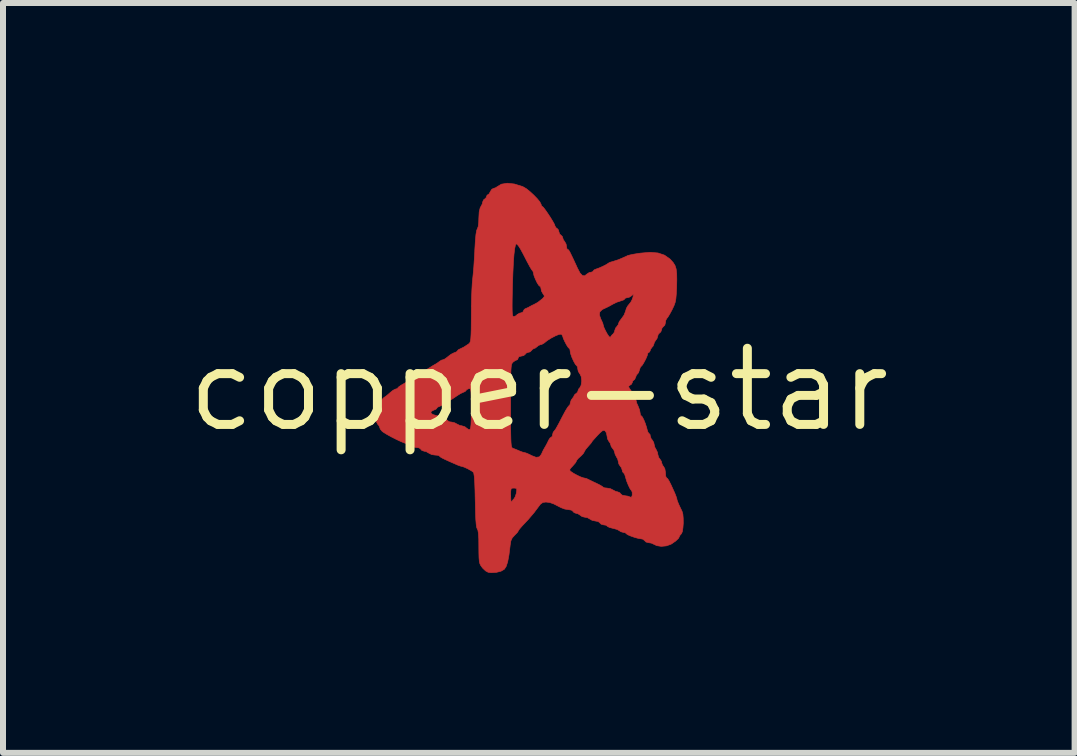
<source format=kicad_pcb>
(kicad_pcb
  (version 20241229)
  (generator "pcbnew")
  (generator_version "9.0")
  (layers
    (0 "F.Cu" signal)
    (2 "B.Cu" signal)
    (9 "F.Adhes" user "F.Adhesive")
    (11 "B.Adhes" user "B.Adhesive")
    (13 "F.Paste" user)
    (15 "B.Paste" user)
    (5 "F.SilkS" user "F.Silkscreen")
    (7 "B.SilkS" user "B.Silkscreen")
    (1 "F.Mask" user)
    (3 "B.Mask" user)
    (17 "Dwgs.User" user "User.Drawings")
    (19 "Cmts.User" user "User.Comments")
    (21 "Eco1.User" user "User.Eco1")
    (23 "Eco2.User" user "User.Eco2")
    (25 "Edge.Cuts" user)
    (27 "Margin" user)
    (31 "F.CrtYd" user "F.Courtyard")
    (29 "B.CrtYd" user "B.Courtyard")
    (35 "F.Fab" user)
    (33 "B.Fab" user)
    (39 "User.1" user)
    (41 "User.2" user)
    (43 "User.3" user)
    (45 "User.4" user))
  (footprint "copper-star"
    (layer "F.Cu")
    (at 5.934 3.447)
    (property "Reference" "copper-star" (at 0 0 0) (layer "F.SilkS") (effects (font (size 1.27 1.27) (thickness 0.15))))
    (attr through_hole)
    (fp_poly (pts (xy -0.406 -3.429) (xy -0.275 -3.388) (xy -0.259 -3.381) (xy -0.208 -3.351) (xy -0.147 -3.302) (xy -0.083 -3.243) (xy -0.025 -3.183) (xy 0.018 -3.13) (xy 0.037 -3.093) (xy 0.038 -3.09) (xy 0.047 -3.062) (xy 0.055 -3.058) (xy 0.075 -3.041) (xy 0.108 -2.998) (xy 0.15 -2.938) (xy 0.194 -2.871) (xy 0.233 -2.807) (xy 0.261 -2.756) (xy 0.27 -2.729) (xy 0.287 -2.699) (xy 0.302 -2.691) (xy 0.328 -2.662) (xy 0.334 -2.635) (xy 0.348 -2.594) (xy 0.366 -2.579) (xy 0.394 -2.551) (xy 0.397 -2.536) (xy 0.411 -2.496) (xy 0.429 -2.473) (xy 0.455 -2.427) (xy 0.461 -2.39) (xy 0.468 -2.351) (xy 0.481 -2.338) (xy 0.49 -2.335) (xy 0.501 -2.323) (xy 0.518 -2.295) (xy 0.542 -2.246) (xy 0.578 -2.171) (xy 0.627 -2.065) (xy 0.644 -2.027) (xy 0.688 -1.944) (xy 0.728 -1.902) (xy 0.765 -1.898) (xy 0.8 -1.926) (xy 0.841 -1.953) (xy 0.866 -1.957) (xy 0.899 -1.966) (xy 0.905 -1.977) (xy 0.923 -1.997) (xy 0.953 -2.01) (xy 1.006 -2.029) (xy 1.067 -2.056) (xy 1.122 -2.084) (xy 1.156 -2.106) (xy 1.16 -2.109) (xy 1.186 -2.123) (xy 1.234 -2.137) (xy 1.328 -2.167) (xy 1.455 -2.222) (xy 1.48 -2.235) (xy 1.517 -2.245) (xy 1.583 -2.259) (xy 1.666 -2.272) (xy 1.692 -2.276) (xy 1.855 -2.29) (xy 1.987 -2.279) (xy 2.095 -2.243) (xy 2.185 -2.18) (xy 2.197 -2.168) (xy 2.24 -2.12) (xy 2.271 -2.071) (xy 2.29 -2.012) (xy 2.299 -1.936) (xy 2.301 -1.834) (xy 2.298 -1.698) (xy 2.292 -1.59) (xy 2.285 -1.512) (xy 2.273 -1.452) (xy 2.253 -1.397) (xy 2.224 -1.337) (xy 2.22 -1.328) (xy 2.183 -1.26) (xy 2.152 -1.209) (xy 2.132 -1.184) (xy 2.132 -1.184) (xy 2.117 -1.155) (xy 2.112 -1.119) (xy 2.101 -1.075) (xy 2.08 -1.055) (xy 2.054 -1.026) (xy 2.048 -1.002) (xy 2.034 -0.962) (xy 2.017 -0.949) (xy 1.99 -0.92) (xy 1.985 -0.898) (xy 1.971 -0.852) (xy 1.953 -0.828) (xy 1.927 -0.788) (xy 1.921 -0.766) (xy 1.906 -0.727) (xy 1.89 -0.709) (xy 1.863 -0.672) (xy 1.858 -0.653) (xy 1.846 -0.627) (xy 1.837 -0.624) (xy 1.817 -0.607) (xy 1.816 -0.6) (xy 1.807 -0.566) (xy 1.785 -0.514) (xy 1.756 -0.459) (xy 1.729 -0.413) (xy 1.71 -0.391) (xy 1.708 -0.391) (xy 1.693 -0.373) (xy 1.678 -0.329) (xy 1.678 -0.328) (xy 1.663 -0.283) (xy 1.647 -0.264) (xy 1.647 -0.264) (xy 1.63 -0.246) (xy 1.616 -0.211) (xy 1.599 -0.171) (xy 1.582 -0.158) (xy 1.564 -0.141) (xy 1.562 -0.126) (xy 1.545 -0.09) (xy 1.53 -0.081) (xy 1.502 -0.06) (xy 1.498 -0.049) (xy 1.512 -0.018) (xy 1.53 0.004) (xy 1.556 0.047) (xy 1.562 0.074) (xy 1.577 0.119) (xy 1.593 0.138) (xy 1.62 0.173) (xy 1.625 0.191) (xy 1.634 0.228) (xy 1.657 0.278) (xy 1.657 0.279) (xy 1.68 0.337) (xy 1.689 0.387) (xy 1.695 0.424) (xy 1.706 0.434) (xy 1.725 0.453) (xy 1.75 0.5) (xy 1.776 0.564) (xy 1.798 0.632) (xy 1.805 0.662) (xy 1.82 0.709) (xy 1.837 0.731) (xy 1.838 0.731) (xy 1.855 0.748) (xy 1.858 0.771) (xy 1.873 0.817) (xy 1.89 0.837) (xy 1.916 0.879) (xy 1.922 0.908) (xy 1.935 0.961) (xy 1.954 0.994) (xy 1.979 1.046) (xy 1.985 1.082) (xy 1.999 1.131) (xy 2.017 1.154) (xy 2.044 1.195) (xy 2.048 1.218) (xy 2.064 1.262) (xy 2.08 1.281) (xy 2.102 1.32) (xy 2.112 1.382) (xy 2.112 1.39) (xy 2.116 1.442) (xy 2.128 1.47) (xy 2.132 1.472) (xy 2.148 1.484) (xy 2.172 1.522) (xy 2.207 1.592) (xy 2.254 1.695) (xy 2.269 1.729) (xy 2.29 1.783) (xy 2.302 1.821) (xy 2.302 1.826) (xy 2.311 1.858) (xy 2.334 1.914) (xy 2.365 1.98) (xy 2.388 2.027) (xy 2.402 2.074) (xy 2.408 2.145) (xy 2.409 2.227) (xy 2.403 2.306) (xy 2.393 2.369) (xy 2.377 2.403) (xy 2.377 2.403) (xy 2.35 2.434) (xy 2.345 2.448) (xy 2.328 2.481) (xy 2.282 2.524) (xy 2.219 2.568) (xy 2.203 2.578) (xy 2.126 2.605) (xy 2.042 2.613) (xy 1.966 2.601) (xy 1.931 2.584) (xy 1.877 2.559) (xy 1.834 2.552) (xy 1.788 2.541) (xy 1.766 2.519) (xy 1.737 2.494) (xy 1.708 2.488) (xy 1.663 2.481) (xy 1.602 2.465) (xy 1.539 2.443) (xy 1.486 2.421) (xy 1.458 2.402) (xy 1.456 2.398) (xy 1.438 2.385) (xy 1.415 2.382) (xy 1.366 2.368) (xy 1.346 2.354) (xy 1.308 2.332) (xy 1.248 2.315) (xy 1.234 2.312) (xy 1.179 2.298) (xy 1.145 2.281) (xy 1.142 2.276) (xy 1.118 2.26) (xy 1.083 2.255) (xy 1.039 2.243) (xy 1.019 2.223) (xy 0.991 2.199) (xy 0.947 2.191) (xy 0.891 2.18) (xy 0.856 2.16) (xy 0.81 2.134) (xy 0.772 2.128) (xy 0.721 2.116) (xy 0.694 2.096) (xy 0.652 2.069) (xy 0.627 2.064) (xy 0.587 2.05) (xy 0.574 2.033) (xy 0.545 2.009) (xy 0.499 2.001) (xy 0.433 1.991) (xy 0.374 1.969) (xy 0.307 1.935) (xy 0.251 1.906) (xy 0.184 1.882) (xy 0.119 1.874) (xy 0.067 1.881) (xy 0.027 1.91) (xy -0.005 1.952) (xy -0.079 2.051) (xy -0.176 2.165) (xy -0.275 2.27) (xy -0.315 2.316) (xy -0.34 2.349) (xy -0.343 2.358) (xy -0.358 2.382) (xy -0.394 2.419) (xy -0.405 2.43) (xy -0.443 2.472) (xy -0.466 2.522) (xy -0.478 2.596) (xy -0.479 2.608) (xy -0.498 2.759) (xy -0.519 2.871) (xy -0.545 2.949) (xy -0.575 2.995) (xy -0.63 3.027) (xy -0.709 3.047) (xy -0.796 3.052) (xy -0.845 3.045) (xy -0.886 3.023) (xy -0.933 2.979) (xy -0.945 2.964) (xy -0.968 2.932) (xy -0.983 2.901) (xy -0.992 2.861) (xy -0.997 2.805) (xy -0.999 2.722) (xy -1 2.62) (xy -1.001 2.489) (xy -1.007 2.397) (xy -1.016 2.342) (xy -1.026 2.322) (xy -1.036 2.297) (xy -1.044 2.244) (xy -1.051 2.158) (xy -1.055 2.037) (xy -1.059 1.877) (xy -1.06 1.848) (xy -1.062 1.754) (xy -0.469 1.754) (xy -0.469 1.773) (xy -0.466 1.836) (xy -0.461 1.872) (xy -0.455 1.874) (xy -0.427 1.832) (xy -0.415 1.821) (xy -0.394 1.787) (xy -0.376 1.732) (xy -0.374 1.72) (xy -0.367 1.669) (xy -0.376 1.646) (xy -0.406 1.641) (xy -0.415 1.641) (xy -0.445 1.643) (xy -0.462 1.656) (xy -0.468 1.69) (xy -0.469 1.754) (xy -1.062 1.754) (xy -1.064 1.672) (xy -1.069 1.538) (xy -1.076 1.445) (xy -1.085 1.391) (xy -1.091 1.377) (xy -1.127 1.351) (xy -1.162 1.332) (xy 0.515 1.332) (xy 0.522 1.354) (xy 0.533 1.364) (xy 0.579 1.395) (xy 0.64 1.428) (xy 0.7 1.456) (xy 0.744 1.471) (xy 0.751 1.472) (xy 0.793 1.481) (xy 0.816 1.492) (xy 0.855 1.511) (xy 0.917 1.541) (xy 0.958 1.56) (xy 1.018 1.59) (xy 1.06 1.615) (xy 1.071 1.625) (xy 1.095 1.637) (xy 1.136 1.641) (xy 1.196 1.652) (xy 1.235 1.672) (xy 1.283 1.697) (xy 1.314 1.704) (xy 1.352 1.72) (xy 1.363 1.736) (xy 1.392 1.76) (xy 1.432 1.768) (xy 1.487 1.776) (xy 1.519 1.789) (xy 1.544 1.795) (xy 1.556 1.767) (xy 1.558 1.754) (xy 1.557 1.708) (xy 1.547 1.686) (xy 1.522 1.653) (xy 1.493 1.594) (xy 1.465 1.525) (xy 1.446 1.461) (xy 1.445 1.456) (xy 1.43 1.409) (xy 1.413 1.387) (xy 1.412 1.387) (xy 1.396 1.369) (xy 1.392 1.347) (xy 1.377 1.3) (xy 1.361 1.281) (xy 1.334 1.239) (xy 1.328 1.21) (xy 1.315 1.157) (xy 1.296 1.124) (xy 1.272 1.077) (xy 1.265 1.047) (xy 1.25 1.004) (xy 1.234 0.985) (xy 1.207 0.948) (xy 1.202 0.928) (xy 1.188 0.888) (xy 1.17 0.865) (xy 1.146 0.821) (xy 1.138 0.774) (xy 1.127 0.721) (xy 1.106 0.688) (xy 1.084 0.678) (xy 1.057 0.688) (xy 1.017 0.723) (xy 0.979 0.762) (xy 0.931 0.815) (xy 0.896 0.854) (xy 0.884 0.872) (xy 0.871 0.892) (xy 0.838 0.93) (xy 0.821 0.949) (xy 0.782 0.995) (xy 0.76 1.031) (xy 0.757 1.039) (xy 0.742 1.065) (xy 0.705 1.104) (xy 0.695 1.113) (xy 0.654 1.15) (xy 0.632 1.178) (xy 0.631 1.182) (xy 0.613 1.218) (xy 0.561 1.278) (xy 0.54 1.3) (xy 0.515 1.332) (xy -1.162 1.332) (xy -1.181 1.321) (xy -1.237 1.295) (xy -1.276 1.281) (xy -1.28 1.281) (xy -1.311 1.273) (xy -1.362 1.254) (xy -1.377 1.247) (xy -1.489 1.198) (xy -1.568 1.162) (xy -1.618 1.137) (xy -1.645 1.12) (xy -1.655 1.109) (xy -1.656 1.107) (xy -1.674 1.096) (xy -1.72 1.091) (xy -1.728 1.091) (xy -1.787 1.082) (xy -1.831 1.06) (xy -1.833 1.059) (xy -1.88 1.032) (xy -1.909 1.027) (xy -1.95 1.014) (xy -1.966 0.995) (xy -1.995 0.971) (xy -2.047 0.964) (xy -2.103 0.954) (xy -2.142 0.932) (xy -2.143 0.932) (xy -2.182 0.905) (xy -2.204 0.9) (xy -2.239 0.89) (xy -2.3 0.865) (xy -2.377 0.829) (xy -2.458 0.788) (xy -2.532 0.747) (xy -2.589 0.712) (xy -2.613 0.694) (xy -2.643 0.658) (xy -2.651 0.635) (xy -2.665 0.601) (xy -2.682 0.583) (xy -2.706 0.54) (xy -2.715 0.47) (xy -2.71 0.39) (xy -1.799 0.39) (xy -1.768 0.414) (xy -1.735 0.424) (xy -1.674 0.441) (xy -1.608 0.466) (xy -1.55 0.494) (xy -1.515 0.519) (xy -1.511 0.524) (xy -1.487 0.537) (xy -1.457 0.54) (xy -1.402 0.553) (xy -1.369 0.571) (xy -1.317 0.597) (xy -1.283 0.603) (xy -1.233 0.618) (xy -1.211 0.636) (xy -1.175 0.662) (xy -1.156 0.667) (xy -1.145 0.66) (xy -1.137 0.634) (xy -1.131 0.585) (xy -1.128 0.506) (xy -1.127 0.393) (xy -1.127 0.32) (xy -1.127 0.271) (xy -0.47 0.271) (xy -0.47 0.461) (xy -0.47 0.613) (xy -0.468 0.732) (xy -0.466 0.821) (xy -0.463 0.885) (xy -0.459 0.929) (xy -0.453 0.955) (xy -0.445 0.97) (xy -0.435 0.977) (xy -0.433 0.977) (xy -0.388 0.994) (xy -0.331 1.018) (xy -0.33 1.019) (xy -0.276 1.04) (xy -0.236 1.05) (xy -0.234 1.05) (xy -0.199 1.061) (xy -0.145 1.086) (xy -0.121 1.099) (xy -0.046 1.128) (xy 0.009 1.121) (xy 0.044 1.077) (xy 0.046 1.071) (xy 0.067 1.024) (xy 0.079 1.001) (xy 0.118 0.933) (xy 0.143 0.887) (xy 0.162 0.846) (xy 0.164 0.842) (xy 0.188 0.805) (xy 0.206 0.794) (xy 0.225 0.777) (xy 0.228 0.756) (xy 0.24 0.71) (xy 0.252 0.695) (xy 0.266 0.678) (xy 0.283 0.655) (xy 0.304 0.618) (xy 0.336 0.56) (xy 0.38 0.474) (xy 0.406 0.425) (xy 0.445 0.352) (xy 0.479 0.297) (xy 0.502 0.268) (xy 0.506 0.265) (xy 0.521 0.247) (xy 0.524 0.224) (xy 0.539 0.176) (xy 0.556 0.152) (xy 0.582 0.117) (xy 0.588 0.1) (xy 0.605 0.075) (xy 0.62 0.067) (xy 0.648 0.04) (xy 0.651 0.025) (xy 0.666 -0.013) (xy 0.683 -0.031) (xy 0.705 -0.072) (xy 0.715 -0.14) (xy 0.715 -0.148) (xy 0.707 -0.217) (xy 0.686 -0.262) (xy 0.683 -0.264) (xy 0.658 -0.305) (xy 0.651 -0.339) (xy 0.645 -0.38) (xy 0.635 -0.395) (xy 0.611 -0.42) (xy 0.582 -0.472) (xy 0.553 -0.535) (xy 0.532 -0.595) (xy 0.524 -0.635) (xy 0.518 -0.675) (xy 0.507 -0.687) (xy 0.489 -0.705) (xy 0.462 -0.747) (xy 0.433 -0.802) (xy 0.409 -0.854) (xy 0.398 -0.891) (xy 0.397 -0.894) (xy 0.381 -0.921) (xy 0.373 -0.925) (xy 0.336 -0.921) (xy 0.277 -0.897) (xy 0.208 -0.861) (xy 0.141 -0.819) (xy 0.089 -0.777) (xy 0.049 -0.754) (xy 0.031 -0.751) (xy -0.007 -0.736) (xy -0.026 -0.719) (xy -0.061 -0.692) (xy -0.079 -0.687) (xy -0.109 -0.67) (xy -0.118 -0.656) (xy -0.147 -0.629) (xy -0.171 -0.624) (xy -0.211 -0.609) (xy -0.224 -0.592) (xy -0.252 -0.568) (xy -0.29 -0.56) (xy -0.333 -0.549) (xy -0.343 -0.529) (xy -0.355 -0.5) (xy -0.364 -0.497) (xy -0.395 -0.484) (xy -0.428 -0.46) (xy -0.439 -0.449) (xy -0.449 -0.433) (xy -0.456 -0.41) (xy -0.461 -0.373) (xy -0.465 -0.319) (xy -0.468 -0.243) (xy -0.469 -0.141) (xy -0.47 -0.007) (xy -0.47 0.161) (xy -0.47 0.271) (xy -1.127 0.271) (xy -1.127 0.192) (xy -1.128 0.1) (xy -1.131 0.039) (xy -1.136 0.003) (xy -1.144 -0.015) (xy -1.156 -0.019) (xy -1.169 -0.016) (xy -1.203 0.000016) (xy -1.211 0.012) (xy -1.229 0.031) (xy -1.259 0.044) (xy -1.305 0.065) (xy -1.364 0.102) (xy -1.39 0.12) (xy -1.442 0.155) (xy -1.481 0.177) (xy -1.492 0.18) (xy -1.519 0.192) (xy -1.564 0.222) (xy -1.58 0.233) (xy -1.629 0.267) (xy -1.667 0.285) (xy -1.674 0.286) (xy -1.697 0.3) (xy -1.698 0.307) (xy -1.716 0.327) (xy -1.751 0.341) (xy -1.794 0.363) (xy -1.799 0.39) (xy -2.71 0.39) (xy -2.71 0.387) (xy -2.693 0.303) (xy -2.665 0.235) (xy -2.627 0.179) (xy -2.589 0.137) (xy -2.578 0.129) (xy -2.537 0.1) (xy -2.486 0.056) (xy -2.477 0.048) (xy -2.431 0.011) (xy -2.392 -0.009) (xy -2.385 -0.01) (xy -2.357 -0.019) (xy -2.354 -0.026) (xy -2.337 -0.045) (xy -2.294 -0.075) (xy -2.259 -0.095) (xy -2.205 -0.127) (xy -2.17 -0.153) (xy -2.164 -0.163) (xy -2.145 -0.174) (xy -2.101 -0.179) (xy -2.1 -0.179) (xy -2.05 -0.189) (xy -2.037 -0.211) (xy -2.02 -0.239) (xy -2.005 -0.243) (xy -1.977 -0.255) (xy -1.973 -0.265) (xy -1.956 -0.289) (xy -1.926 -0.307) (xy -1.874 -0.334) (xy -1.816 -0.369) (xy -1.814 -0.37) (xy -1.762 -0.403) (xy -1.722 -0.426) (xy -1.719 -0.427) (xy -1.676 -0.455) (xy -1.659 -0.469) (xy -1.621 -0.493) (xy -1.602 -0.497) (xy -1.569 -0.51) (xy -1.523 -0.543) (xy -1.516 -0.55) (xy -1.463 -0.59) (xy -1.413 -0.615) (xy -1.409 -0.616) (xy -1.371 -0.631) (xy -1.359 -0.645) (xy -1.342 -0.665) (xy -1.322 -0.675) (xy -1.25 -0.71) (xy -1.175 -0.759) (xy -1.161 -0.77) (xy -1.149 -0.785) (xy -1.14 -0.811) (xy -1.134 -0.853) (xy -1.13 -0.918) (xy -1.127 -1.01) (xy -1.126 -1.136) (xy -1.125 -1.246) (xy -1.124 -1.391) (xy -1.124 -1.394) (xy -0.445 -1.394) (xy -0.444 -1.314) (xy -0.441 -1.261) (xy -0.435 -1.231) (xy -0.426 -1.218) (xy -0.421 -1.216) (xy -0.383 -1.231) (xy -0.368 -1.245) (xy 1.01 -1.245) (xy 1.035 -1.176) (xy 1.044 -1.158) (xy 1.066 -1.109) (xy 1.075 -1.075) (xy 1.085 -1.04) (xy 1.11 -0.986) (xy 1.141 -0.929) (xy 1.17 -0.886) (xy 1.191 -0.872) (xy 1.2 -0.885) (xy 1.224 -0.917) (xy 1.237 -0.927) (xy 1.261 -0.96) (xy 1.265 -0.982) (xy 1.281 -1.028) (xy 1.297 -1.047) (xy 1.324 -1.083) (xy 1.329 -1.102) (xy 1.342 -1.135) (xy 1.375 -1.179) (xy 1.38 -1.185) (xy 1.421 -1.243) (xy 1.446 -1.306) (xy 1.446 -1.306) (xy 1.46 -1.355) (xy 1.483 -1.396) (xy 1.524 -1.447) (xy 1.532 -1.456) (xy 1.553 -1.495) (xy 1.57 -1.542) (xy 1.578 -1.582) (xy 1.571 -1.587) (xy 1.551 -1.568) (xy 1.506 -1.54) (xy 1.475 -1.534) (xy 1.442 -1.526) (xy 1.435 -1.515) (xy 1.416 -1.497) (xy 1.372 -1.481) (xy 1.367 -1.48) (xy 1.3 -1.458) (xy 1.235 -1.426) (xy 1.182 -1.396) (xy 1.141 -1.375) (xy 1.138 -1.374) (xy 1.058 -1.336) (xy 1.017 -1.296) (xy 1.01 -1.245) (xy -0.368 -1.245) (xy -0.365 -1.248) (xy -0.323 -1.275) (xy -0.298 -1.28) (xy -0.266 -1.293) (xy -0.259 -1.309) (xy -0.241 -1.34) (xy -0.222 -1.351) (xy -0.171 -1.373) (xy -0.153 -1.384) (xy -0.106 -1.409) (xy -0.089 -1.416) (xy -0.017 -1.455) (xy 0.06 -1.516) (xy 0.064 -1.52) (xy 0.091 -1.551) (xy 0.087 -1.576) (xy 0.071 -1.596) (xy 0.044 -1.645) (xy 0.038 -1.679) (xy 0.03 -1.715) (xy 0.017 -1.724) (xy -0.003 -1.742) (xy -0.03 -1.786) (xy -0.057 -1.843) (xy -0.08 -1.9) (xy -0.089 -1.942) (xy -0.089 -1.944) (xy -0.099 -1.976) (xy -0.105 -1.982) (xy -0.121 -2.003) (xy -0.151 -2.053) (xy -0.188 -2.122) (xy -0.202 -2.148) (xy -0.261 -2.263) (xy -0.305 -2.344) (xy -0.338 -2.396) (xy -0.361 -2.423) (xy -0.375 -2.431) (xy -0.389 -2.412) (xy -0.402 -2.352) (xy -0.414 -2.253) (xy -0.424 -2.117) (xy -0.432 -1.944) (xy -0.439 -1.738) (xy -0.441 -1.656) (xy -0.444 -1.506) (xy -0.445 -1.394) (xy -1.124 -1.394) (xy -1.121 -1.533) (xy -1.116 -1.662) (xy -1.11 -1.769) (xy -1.103 -1.845) (xy -1.102 -1.851) (xy -1.094 -1.932) (xy -1.084 -2.041) (xy -1.076 -2.168) (xy -1.068 -2.297) (xy -1.067 -2.332) (xy -1.058 -2.48) (xy -1.048 -2.589) (xy -1.036 -2.656) (xy -1.026 -2.68) (xy -1.011 -2.718) (xy -1.002 -2.789) (xy -1 -2.857) (xy -0.994 -2.965) (xy -0.977 -3.034) (xy -0.968 -3.049) (xy -0.943 -3.096) (xy -0.937 -3.127) (xy -0.92 -3.166) (xy -0.904 -3.177) (xy -0.876 -3.204) (xy -0.873 -3.219) (xy -0.86 -3.246) (xy -0.851 -3.248) (xy -0.828 -3.266) (xy -0.809 -3.301) (xy -0.784 -3.341) (xy -0.758 -3.354) (xy -0.717 -3.368) (xy -0.699 -3.381) (xy -0.624 -3.426) (xy -0.524 -3.442) (xy -0.406 -3.429)) (stroke (width 0.01) (type solid)) (fill yes) (layer "F.Cu"))
    (fp_poly (pts (xy -0.406 -3.429) (xy -0.275 -3.388) (xy -0.259 -3.381) (xy -0.208 -3.351) (xy -0.147 -3.302) (xy -0.083 -3.243) (xy -0.025 -3.183) (xy 0.018 -3.13) (xy 0.037 -3.093) (xy 0.038 -3.09) (xy 0.047 -3.062) (xy 0.055 -3.058) (xy 0.075 -3.041) (xy 0.108 -2.998) (xy 0.15 -2.938) (xy 0.194 -2.871) (xy 0.233 -2.807) (xy 0.261 -2.756) (xy 0.27 -2.729) (xy 0.287 -2.699) (xy 0.302 -2.691) (xy 0.328 -2.662) (xy 0.334 -2.635) (xy 0.348 -2.594) (xy 0.366 -2.579) (xy 0.394 -2.551) (xy 0.397 -2.536) (xy 0.411 -2.496) (xy 0.429 -2.473) (xy 0.455 -2.427) (xy 0.461 -2.39) (xy 0.468 -2.351) (xy 0.481 -2.338) (xy 0.49 -2.335) (xy 0.501 -2.323) (xy 0.518 -2.295) (xy 0.542 -2.246) (xy 0.578 -2.171) (xy 0.627 -2.065) (xy 0.644 -2.027) (xy 0.688 -1.944) (xy 0.728 -1.902) (xy 0.765 -1.898) (xy 0.8 -1.926) (xy 0.841 -1.953) (xy 0.866 -1.957) (xy 0.899 -1.966) (xy 0.905 -1.977) (xy 0.923 -1.997) (xy 0.953 -2.01) (xy 1.006 -2.029) (xy 1.067 -2.056) (xy 1.122 -2.084) (xy 1.156 -2.106) (xy 1.16 -2.109) (xy 1.186 -2.123) (xy 1.234 -2.137) (xy 1.328 -2.167) (xy 1.455 -2.222) (xy 1.48 -2.235) (xy 1.517 -2.245) (xy 1.583 -2.259) (xy 1.666 -2.272) (xy 1.692 -2.276) (xy 1.855 -2.29) (xy 1.987 -2.279) (xy 2.095 -2.243) (xy 2.185 -2.18) (xy 2.197 -2.168) (xy 2.24 -2.12) (xy 2.271 -2.071) (xy 2.29 -2.012) (xy 2.299 -1.936) (xy 2.301 -1.834) (xy 2.298 -1.698) (xy 2.292 -1.59) (xy 2.285 -1.512) (xy 2.273 -1.452) (xy 2.253 -1.397) (xy 2.224 -1.337) (xy 2.22 -1.328) (xy 2.183 -1.26) (xy 2.152 -1.209) (xy 2.132 -1.184) (xy 2.132 -1.184) (xy 2.117 -1.155) (xy 2.112 -1.119) (xy 2.101 -1.075) (xy 2.08 -1.055) (xy 2.054 -1.026) (xy 2.048 -1.002) (xy 2.034 -0.962) (xy 2.017 -0.949) (xy 1.99 -0.92) (xy 1.985 -0.898) (xy 1.971 -0.852) (xy 1.953 -0.828) (xy 1.927 -0.788) (xy 1.921 -0.766) (xy 1.906 -0.727) (xy 1.89 -0.709) (xy 1.863 -0.672) (xy 1.858 -0.653) (xy 1.846 -0.627) (xy 1.837 -0.624) (xy 1.817 -0.607) (xy 1.816 -0.6) (xy 1.807 -0.566) (xy 1.785 -0.514) (xy 1.756 -0.459) (xy 1.729 -0.413) (xy 1.71 -0.391) (xy 1.708 -0.391) (xy 1.693 -0.373) (xy 1.678 -0.329) (xy 1.678 -0.328) (xy 1.663 -0.283) (xy 1.647 -0.264) (xy 1.647 -0.264) (xy 1.63 -0.246) (xy 1.616 -0.211) (xy 1.599 -0.171) (xy 1.582 -0.158) (xy 1.564 -0.141) (xy 1.562 -0.126) (xy 1.545 -0.09) (xy 1.53 -0.081) (xy 1.502 -0.06) (xy 1.498 -0.049) (xy 1.512 -0.018) (xy 1.53 0.004) (xy 1.556 0.047) (xy 1.562 0.074) (xy 1.577 0.119) (xy 1.593 0.138) (xy 1.62 0.173) (xy 1.625 0.191) (xy 1.634 0.228) (xy 1.657 0.278) (xy 1.657 0.279) (xy 1.68 0.337) (xy 1.689 0.387) (xy 1.695 0.424) (xy 1.706 0.434) (xy 1.725 0.453) (xy 1.75 0.5) (xy 1.776 0.564) (xy 1.798 0.632) (xy 1.805 0.662) (xy 1.82 0.709) (xy 1.837 0.731) (xy 1.838 0.731) (xy 1.855 0.748) (xy 1.858 0.771) (xy 1.873 0.817) (xy 1.89 0.837) (xy 1.916 0.879) (xy 1.922 0.908) (xy 1.935 0.961) (xy 1.954 0.994) (xy 1.979 1.046) (xy 1.985 1.082) (xy 1.999 1.131) (xy 2.017 1.154) (xy 2.044 1.195) (xy 2.048 1.218) (xy 2.064 1.262) (xy 2.08 1.281) (xy 2.102 1.32) (xy 2.112 1.382) (xy 2.112 1.39) (xy 2.116 1.442) (xy 2.128 1.47) (xy 2.132 1.472) (xy 2.148 1.484) (xy 2.172 1.522) (xy 2.207 1.592) (xy 2.254 1.695) (xy 2.269 1.729) (xy 2.29 1.783) (xy 2.302 1.821) (xy 2.302 1.826) (xy 2.311 1.858) (xy 2.334 1.914) (xy 2.365 1.98) (xy 2.388 2.027) (xy 2.402 2.074) (xy 2.408 2.145) (xy 2.409 2.227) (xy 2.403 2.306) (xy 2.393 2.369) (xy 2.377 2.403) (xy 2.377 2.403) (xy 2.35 2.434) (xy 2.345 2.448) (xy 2.328 2.481) (xy 2.282 2.524) (xy 2.219 2.568) (xy 2.203 2.578) (xy 2.126 2.605) (xy 2.042 2.613) (xy 1.966 2.601) (xy 1.931 2.584) (xy 1.877 2.559) (xy 1.834 2.552) (xy 1.788 2.541) (xy 1.766 2.519) (xy 1.737 2.494) (xy 1.708 2.488) (xy 1.663 2.481) (xy 1.602 2.465) (xy 1.539 2.443) (xy 1.486 2.421) (xy 1.458 2.402) (xy 1.456 2.398) (xy 1.438 2.385) (xy 1.415 2.382) (xy 1.366 2.368) (xy 1.346 2.354) (xy 1.308 2.332) (xy 1.248 2.315) (xy 1.234 2.312) (xy 1.179 2.298) (xy 1.145 2.281) (xy 1.142 2.276) (xy 1.118 2.26) (xy 1.083 2.255) (xy 1.039 2.243) (xy 1.019 2.223) (xy 0.991 2.199) (xy 0.947 2.191) (xy 0.891 2.18) (xy 0.856 2.16) (xy 0.81 2.134) (xy 0.772 2.128) (xy 0.721 2.116) (xy 0.694 2.096) (xy 0.652 2.069) (xy 0.627 2.064) (xy 0.587 2.05) (xy 0.574 2.033) (xy 0.545 2.009) (xy 0.499 2.001) (xy 0.433 1.991) (xy 0.374 1.969) (xy 0.307 1.935) (xy 0.251 1.906) (xy 0.184 1.882) (xy 0.119 1.874) (xy 0.067 1.881) (xy 0.027 1.91) (xy -0.005 1.952) (xy -0.079 2.051) (xy -0.176 2.165) (xy -0.275 2.27) (xy -0.315 2.316) (xy -0.34 2.349) (xy -0.343 2.358) (xy -0.358 2.382) (xy -0.394 2.419) (xy -0.405 2.43) (xy -0.443 2.472) (xy -0.466 2.522) (xy -0.478 2.596) (xy -0.479 2.608) (xy -0.498 2.759) (xy -0.519 2.871) (xy -0.545 2.949) (xy -0.575 2.995) (xy -0.63 3.027) (xy -0.709 3.047) (xy -0.796 3.052) (xy -0.845 3.045) (xy -0.886 3.023) (xy -0.933 2.979) (xy -0.945 2.964) (xy -0.968 2.932) (xy -0.983 2.901) (xy -0.992 2.861) (xy -0.997 2.805) (xy -0.999 2.722) (xy -1 2.62) (xy -1.001 2.489) (xy -1.007 2.397) (xy -1.016 2.342) (xy -1.026 2.322) (xy -1.036 2.297) (xy -1.044 2.244) (xy -1.051 2.158) (xy -1.055 2.037) (xy -1.059 1.877) (xy -1.06 1.848) (xy -1.062 1.754) (xy -0.469 1.754) (xy -0.469 1.773) (xy -0.466 1.836) (xy -0.461 1.872) (xy -0.455 1.874) (xy -0.427 1.832) (xy -0.415 1.821) (xy -0.394 1.787) (xy -0.376 1.732) (xy -0.374 1.72) (xy -0.367 1.669) (xy -0.376 1.646) (xy -0.406 1.641) (xy -0.415 1.641) (xy -0.445 1.643) (xy -0.462 1.656) (xy -0.468 1.69) (xy -0.469 1.754) (xy -1.062 1.754) (xy -1.064 1.672) (xy -1.069 1.538) (xy -1.076 1.445) (xy -1.085 1.391) (xy -1.091 1.377) (xy -1.127 1.351) (xy -1.162 1.332) (xy 0.515 1.332) (xy 0.522 1.354) (xy 0.533 1.364) (xy 0.579 1.395) (xy 0.64 1.428) (xy 0.7 1.456) (xy 0.744 1.471) (xy 0.751 1.472) (xy 0.793 1.481) (xy 0.816 1.492) (xy 0.855 1.511) (xy 0.917 1.541) (xy 0.958 1.56) (xy 1.018 1.59) (xy 1.06 1.615) (xy 1.071 1.625) (xy 1.095 1.637) (xy 1.136 1.641) (xy 1.196 1.652) (xy 1.235 1.672) (xy 1.283 1.697) (xy 1.314 1.704) (xy 1.352 1.72) (xy 1.363 1.736) (xy 1.392 1.76) (xy 1.432 1.768) (xy 1.487 1.776) (xy 1.519 1.789) (xy 1.544 1.795) (xy 1.556 1.767) (xy 1.558 1.754) (xy 1.557 1.708) (xy 1.547 1.686) (xy 1.522 1.653) (xy 1.493 1.594) (xy 1.465 1.525) (xy 1.446 1.461) (xy 1.445 1.456) (xy 1.43 1.409) (xy 1.413 1.387) (xy 1.412 1.387) (xy 1.396 1.369) (xy 1.392 1.347) (xy 1.377 1.3) (xy 1.361 1.281) (xy 1.334 1.239) (xy 1.328 1.21) (xy 1.315 1.157) (xy 1.296 1.124) (xy 1.272 1.077) (xy 1.265 1.047) (xy 1.25 1.004) (xy 1.234 0.985) (xy 1.207 0.948) (xy 1.202 0.928) (xy 1.188 0.888) (xy 1.17 0.865) (xy 1.146 0.821) (xy 1.138 0.774) (xy 1.127 0.721) (xy 1.106 0.688) (xy 1.084 0.678) (xy 1.057 0.688) (xy 1.017 0.723) (xy 0.979 0.762) (xy 0.931 0.815) (xy 0.896 0.854) (xy 0.884 0.872) (xy 0.871 0.892) (xy 0.838 0.93) (xy 0.821 0.949) (xy 0.782 0.995) (xy 0.76 1.031) (xy 0.757 1.039) (xy 0.742 1.065) (xy 0.705 1.104) (xy 0.695 1.113) (xy 0.654 1.15) (xy 0.632 1.178) (xy 0.631 1.182) (xy 0.613 1.218) (xy 0.561 1.278) (xy 0.54 1.3) (xy 0.515 1.332) (xy -1.162 1.332) (xy -1.181 1.321) (xy -1.237 1.295) (xy -1.276 1.281) (xy -1.28 1.281) (xy -1.311 1.273) (xy -1.362 1.254) (xy -1.377 1.247) (xy -1.489 1.198) (xy -1.568 1.162) (xy -1.618 1.137) (xy -1.645 1.12) (xy -1.655 1.109) (xy -1.656 1.107) (xy -1.674 1.096) (xy -1.72 1.091) (xy -1.728 1.091) (xy -1.787 1.082) (xy -1.831 1.06) (xy -1.833 1.059) (xy -1.88 1.032) (xy -1.909 1.027) (xy -1.95 1.014) (xy -1.966 0.995) (xy -1.995 0.971) (xy -2.047 0.964) (xy -2.103 0.954) (xy -2.142 0.932) (xy -2.143 0.932) (xy -2.182 0.905) (xy -2.204 0.9) (xy -2.239 0.89) (xy -2.3 0.865) (xy -2.377 0.829) (xy -2.458 0.788) (xy -2.532 0.747) (xy -2.589 0.712) (xy -2.613 0.694) (xy -2.643 0.658) (xy -2.651 0.635) (xy -2.665 0.601) (xy -2.682 0.583) (xy -2.706 0.54) (xy -2.715 0.47) (xy -2.71 0.39) (xy -1.799 0.39) (xy -1.768 0.414) (xy -1.735 0.424) (xy -1.674 0.441) (xy -1.608 0.466) (xy -1.55 0.494) (xy -1.515 0.519) (xy -1.511 0.524) (xy -1.487 0.537) (xy -1.457 0.54) (xy -1.402 0.553) (xy -1.369 0.571) (xy -1.317 0.597) (xy -1.283 0.603) (xy -1.233 0.618) (xy -1.211 0.636) (xy -1.175 0.662) (xy -1.156 0.667) (xy -1.145 0.66) (xy -1.137 0.634) (xy -1.131 0.585) (xy -1.128 0.506) (xy -1.127 0.393) (xy -1.127 0.32) (xy -1.127 0.271) (xy -0.47 0.271) (xy -0.47 0.461) (xy -0.47 0.613) (xy -0.468 0.732) (xy -0.466 0.821) (xy -0.463 0.885) (xy -0.459 0.929) (xy -0.453 0.955) (xy -0.445 0.97) (xy -0.435 0.977) (xy -0.433 0.977) (xy -0.388 0.994) (xy -0.331 1.018) (xy -0.33 1.019) (xy -0.276 1.04) (xy -0.236 1.05) (xy -0.234 1.05) (xy -0.199 1.061) (xy -0.145 1.086) (xy -0.121 1.099) (xy -0.046 1.128) (xy 0.009 1.121) (xy 0.044 1.077) (xy 0.046 1.071) (xy 0.067 1.024) (xy 0.079 1.001) (xy 0.118 0.933) (xy 0.143 0.887) (xy 0.162 0.846) (xy 0.164 0.842) (xy 0.188 0.805) (xy 0.206 0.794) (xy 0.225 0.777) (xy 0.228 0.756) (xy 0.24 0.71) (xy 0.252 0.695) (xy 0.266 0.678) (xy 0.283 0.655) (xy 0.304 0.618) (xy 0.336 0.56) (xy 0.38 0.474) (xy 0.406 0.425) (xy 0.445 0.352) (xy 0.479 0.297) (xy 0.502 0.268) (xy 0.506 0.265) (xy 0.521 0.247) (xy 0.524 0.224) (xy 0.539 0.176) (xy 0.556 0.152) (xy 0.582 0.117) (xy 0.588 0.1) (xy 0.605 0.075) (xy 0.62 0.067) (xy 0.648 0.04) (xy 0.651 0.025) (xy 0.666 -0.013) (xy 0.683 -0.031) (xy 0.705 -0.072) (xy 0.715 -0.14) (xy 0.715 -0.148) (xy 0.707 -0.217) (xy 0.686 -0.262) (xy 0.683 -0.264) (xy 0.658 -0.305) (xy 0.651 -0.339) (xy 0.645 -0.38) (xy 0.635 -0.395) (xy 0.611 -0.42) (xy 0.582 -0.472) (xy 0.553 -0.535) (xy 0.532 -0.595) (xy 0.524 -0.635) (xy 0.518 -0.675) (xy 0.507 -0.687) (xy 0.489 -0.705) (xy 0.462 -0.747) (xy 0.433 -0.802) (xy 0.409 -0.854) (xy 0.398 -0.891) (xy 0.397 -0.894) (xy 0.381 -0.921) (xy 0.373 -0.925) (xy 0.336 -0.921) (xy 0.277 -0.897) (xy 0.208 -0.861) (xy 0.141 -0.819) (xy 0.089 -0.777) (xy 0.049 -0.754) (xy 0.031 -0.751) (xy -0.007 -0.736) (xy -0.026 -0.719) (xy -0.061 -0.692) (xy -0.079 -0.687) (xy -0.109 -0.67) (xy -0.118 -0.656) (xy -0.147 -0.629) (xy -0.171 -0.624) (xy -0.211 -0.609) (xy -0.224 -0.592) (xy -0.252 -0.568) (xy -0.29 -0.56) (xy -0.333 -0.549) (xy -0.343 -0.529) (xy -0.355 -0.5) (xy -0.364 -0.497) (xy -0.395 -0.484) (xy -0.428 -0.46) (xy -0.439 -0.449) (xy -0.449 -0.433) (xy -0.456 -0.41) (xy -0.461 -0.373) (xy -0.465 -0.319) (xy -0.468 -0.243) (xy -0.469 -0.141) (xy -0.47 -0.007) (xy -0.47 0.161) (xy -0.47 0.271) (xy -1.127 0.271) (xy -1.127 0.192) (xy -1.128 0.1) (xy -1.131 0.039) (xy -1.136 0.003) (xy -1.144 -0.015) (xy -1.156 -0.019) (xy -1.169 -0.016) (xy -1.203 0.000016) (xy -1.211 0.012) (xy -1.229 0.031) (xy -1.259 0.044) (xy -1.305 0.065) (xy -1.364 0.102) (xy -1.39 0.12) (xy -1.442 0.155) (xy -1.481 0.177) (xy -1.492 0.18) (xy -1.519 0.192) (xy -1.564 0.222) (xy -1.58 0.233) (xy -1.629 0.267) (xy -1.667 0.285) (xy -1.674 0.286) (xy -1.697 0.3) (xy -1.698 0.307) (xy -1.716 0.327) (xy -1.751 0.341) (xy -1.794 0.363) (xy -1.799 0.39) (xy -2.71 0.39) (xy -2.71 0.387) (xy -2.693 0.303) (xy -2.665 0.235) (xy -2.627 0.179) (xy -2.589 0.137) (xy -2.578 0.129) (xy -2.537 0.1) (xy -2.486 0.056) (xy -2.477 0.048) (xy -2.431 0.011) (xy -2.392 -0.009) (xy -2.385 -0.01) (xy -2.357 -0.019) (xy -2.354 -0.026) (xy -2.337 -0.045) (xy -2.294 -0.075) (xy -2.259 -0.095) (xy -2.205 -0.127) (xy -2.17 -0.153) (xy -2.164 -0.163) (xy -2.145 -0.174) (xy -2.101 -0.179) (xy -2.1 -0.179) (xy -2.05 -0.189) (xy -2.037 -0.211) (xy -2.02 -0.239) (xy -2.005 -0.243) (xy -1.977 -0.255) (xy -1.973 -0.265) (xy -1.956 -0.289) (xy -1.926 -0.307) (xy -1.874 -0.334) (xy -1.816 -0.369) (xy -1.814 -0.37) (xy -1.762 -0.403) (xy -1.722 -0.426) (xy -1.719 -0.427) (xy -1.676 -0.455) (xy -1.659 -0.469) (xy -1.621 -0.493) (xy -1.602 -0.497) (xy -1.569 -0.51) (xy -1.523 -0.543) (xy -1.516 -0.55) (xy -1.463 -0.59) (xy -1.413 -0.615) (xy -1.409 -0.616) (xy -1.371 -0.631) (xy -1.359 -0.645) (xy -1.342 -0.665) (xy -1.322 -0.675) (xy -1.25 -0.71) (xy -1.175 -0.759) (xy -1.161 -0.77) (xy -1.149 -0.785) (xy -1.14 -0.811) (xy -1.134 -0.853) (xy -1.13 -0.918) (xy -1.127 -1.01) (xy -1.126 -1.136) (xy -1.125 -1.246) (xy -1.124 -1.391) (xy -1.124 -1.394) (xy -0.445 -1.394) (xy -0.444 -1.314) (xy -0.441 -1.261) (xy -0.435 -1.231) (xy -0.426 -1.218) (xy -0.421 -1.216) (xy -0.383 -1.231) (xy -0.368 -1.245) (xy 1.01 -1.245) (xy 1.035 -1.176) (xy 1.044 -1.158) (xy 1.066 -1.109) (xy 1.075 -1.075) (xy 1.085 -1.04) (xy 1.11 -0.986) (xy 1.141 -0.929) (xy 1.17 -0.886) (xy 1.191 -0.872) (xy 1.2 -0.885) (xy 1.224 -0.917) (xy 1.237 -0.927) (xy 1.261 -0.96) (xy 1.265 -0.982) (xy 1.281 -1.028) (xy 1.297 -1.047) (xy 1.324 -1.083) (xy 1.329 -1.102) (xy 1.342 -1.135) (xy 1.375 -1.179) (xy 1.38 -1.185) (xy 1.421 -1.243) (xy 1.446 -1.306) (xy 1.446 -1.306) (xy 1.46 -1.355) (xy 1.483 -1.396) (xy 1.524 -1.447) (xy 1.532 -1.456) (xy 1.553 -1.495) (xy 1.57 -1.542) (xy 1.578 -1.582) (xy 1.571 -1.587) (xy 1.551 -1.568) (xy 1.506 -1.54) (xy 1.475 -1.534) (xy 1.442 -1.526) (xy 1.435 -1.515) (xy 1.416 -1.497) (xy 1.372 -1.481) (xy 1.367 -1.48) (xy 1.3 -1.458) (xy 1.235 -1.426) (xy 1.182 -1.396) (xy 1.141 -1.375) (xy 1.138 -1.374) (xy 1.058 -1.336) (xy 1.017 -1.296) (xy 1.01 -1.245) (xy -0.368 -1.245) (xy -0.365 -1.248) (xy -0.323 -1.275) (xy -0.298 -1.28) (xy -0.266 -1.293) (xy -0.259 -1.309) (xy -0.241 -1.34) (xy -0.222 -1.351) (xy -0.171 -1.373) (xy -0.153 -1.384) (xy -0.106 -1.409) (xy -0.089 -1.416) (xy -0.017 -1.455) (xy 0.06 -1.516) (xy 0.064 -1.52) (xy 0.091 -1.551) (xy 0.087 -1.576) (xy 0.071 -1.596) (xy 0.044 -1.645) (xy 0.038 -1.679) (xy 0.03 -1.715) (xy 0.017 -1.724) (xy -0.003 -1.742) (xy -0.03 -1.786) (xy -0.057 -1.843) (xy -0.08 -1.9) (xy -0.089 -1.942) (xy -0.089 -1.944) (xy -0.099 -1.976) (xy -0.105 -1.982) (xy -0.121 -2.003) (xy -0.151 -2.053) (xy -0.188 -2.122) (xy -0.202 -2.148) (xy -0.261 -2.263) (xy -0.305 -2.344) (xy -0.338 -2.396) (xy -0.361 -2.423) (xy -0.375 -2.431) (xy -0.389 -2.412) (xy -0.402 -2.352) (xy -0.414 -2.253) (xy -0.424 -2.117) (xy -0.432 -1.944) (xy -0.439 -1.738) (xy -0.441 -1.656) (xy -0.444 -1.506) (xy -0.445 -1.394) (xy -1.124 -1.394) (xy -1.121 -1.533) (xy -1.116 -1.662) (xy -1.11 -1.769) (xy -1.103 -1.845) (xy -1.102 -1.851) (xy -1.094 -1.932) (xy -1.084 -2.041) (xy -1.076 -2.168) (xy -1.068 -2.297) (xy -1.067 -2.332) (xy -1.058 -2.48) (xy -1.048 -2.589) (xy -1.036 -2.656) (xy -1.026 -2.68) (xy -1.011 -2.718) (xy -1.002 -2.789) (xy -1 -2.857) (xy -0.994 -2.965) (xy -0.977 -3.034) (xy -0.968 -3.049) (xy -0.943 -3.096) (xy -0.937 -3.127) (xy -0.92 -3.166) (xy -0.904 -3.177) (xy -0.876 -3.204) (xy -0.873 -3.219) (xy -0.86 -3.246) (xy -0.851 -3.248) (xy -0.828 -3.266) (xy -0.809 -3.301) (xy -0.784 -3.341) (xy -0.758 -3.354) (xy -0.717 -3.368) (xy -0.699 -3.381) (xy -0.624 -3.426) (xy -0.524 -3.442) (xy -0.406 -3.429)) (stroke (width 0.01) (type solid)) (fill yes) (layer "F.Mask")))
  (gr_rect
    (start -3 -3)
    (end 14.868 9.503)
    (stroke (width 0.1) (type default))
    (fill no)
    (layer "Edge.Cuts")))
</source>
